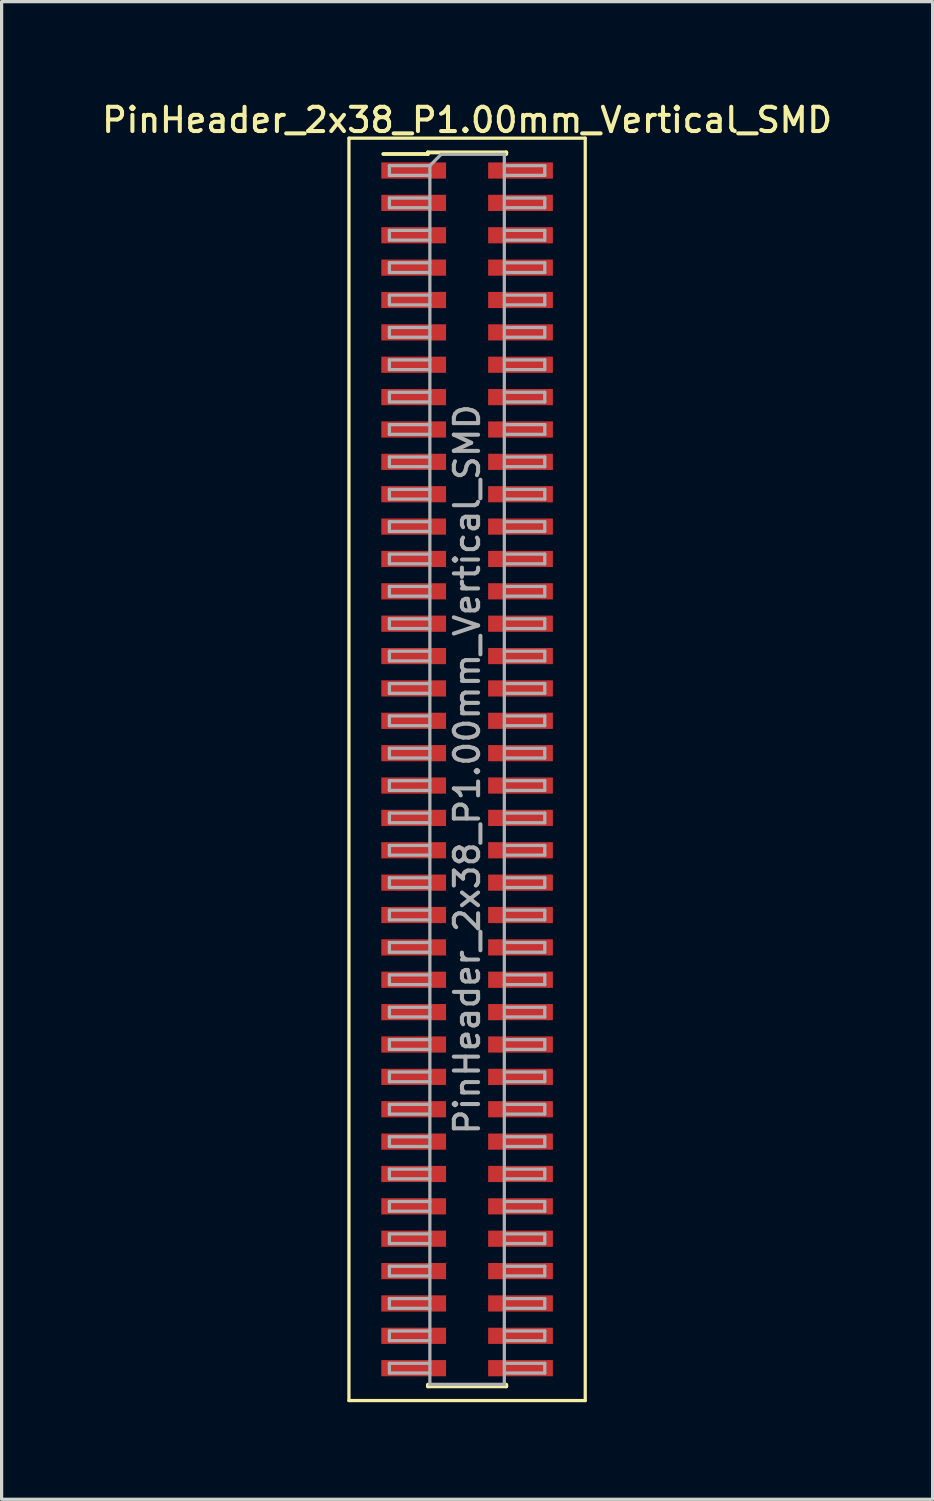
<source format=kicad_pcb>
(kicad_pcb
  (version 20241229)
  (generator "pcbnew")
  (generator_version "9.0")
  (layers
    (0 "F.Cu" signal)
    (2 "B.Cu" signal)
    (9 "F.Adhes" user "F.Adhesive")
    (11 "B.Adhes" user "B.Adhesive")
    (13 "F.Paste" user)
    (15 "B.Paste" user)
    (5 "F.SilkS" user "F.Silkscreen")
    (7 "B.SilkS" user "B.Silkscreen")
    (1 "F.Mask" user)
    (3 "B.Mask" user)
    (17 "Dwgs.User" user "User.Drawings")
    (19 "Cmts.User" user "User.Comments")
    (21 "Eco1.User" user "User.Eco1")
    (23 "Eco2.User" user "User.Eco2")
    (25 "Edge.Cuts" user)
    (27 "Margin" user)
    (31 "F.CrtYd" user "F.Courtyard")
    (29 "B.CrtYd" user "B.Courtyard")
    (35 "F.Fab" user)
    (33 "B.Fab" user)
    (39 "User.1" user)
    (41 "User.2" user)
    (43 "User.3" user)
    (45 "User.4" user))
  (footprint "PinHeader_2x38_P1.00mm_Vertical_SMD"
    (layer "F.Cu")
    (at 11.38 20.718)
    (property "Reference" "PinHeader_2x38_P1.00mm_Vertical_SMD" (at 0 -20.06 0) (layer "F.SilkS") (effects (font (size 0.75 0.75) (thickness 0.125))))
    (attr smd)
    (fp_line (start -3.65 -19.5) (end -3.65 19.5) (stroke (width 0.1) (type solid)) (layer "F.SilkS"))
    (fp_line (start -3.65 19.5) (end 3.65 19.5) (stroke (width 0.1) (type solid)) (layer "F.SilkS"))
    (fp_line (start -2.59 -19.01) (end -1.21 -19.01) (stroke (width 0.12) (type solid)) (layer "F.SilkS"))
    (fp_line (start -1.21 -19.06) (end -1.21 -19.01) (stroke (width 0.12) (type solid)) (layer "F.SilkS"))
    (fp_line (start -1.21 -19.06) (end 1.21 -19.06) (stroke (width 0.12) (type solid)) (layer "F.SilkS"))
    (fp_line (start -1.21 19.01) (end -1.21 19.06) (stroke (width 0.12) (type solid)) (layer "F.SilkS"))
    (fp_line (start -1.21 19.06) (end 1.21 19.06) (stroke (width 0.12) (type solid)) (layer "F.SilkS"))
    (fp_line (start 1.21 -19.06) (end 1.21 -19.01) (stroke (width 0.12) (type solid)) (layer "F.SilkS"))
    (fp_line (start 1.21 19.01) (end 1.21 19.06) (stroke (width 0.12) (type solid)) (layer "F.SilkS"))
    (fp_line (start 3.65 -19.5) (end -3.65 -19.5) (stroke (width 0.1) (type solid)) (layer "F.SilkS"))
    (fp_line (start 3.65 19.5) (end 3.65 -19.5) (stroke (width 0.1) (type solid)) (layer "F.SilkS"))
    (fp_line (start -2.4 -18.65) (end -2.4 -18.35) (stroke (width 0.1) (type solid)) (layer "F.Fab"))
    (fp_line (start -2.4 -18.35) (end -1.15 -18.35) (stroke (width 0.1) (type solid)) (layer "F.Fab"))
    (fp_line (start -2.4 -17.65) (end -2.4 -17.35) (stroke (width 0.1) (type solid)) (layer "F.Fab"))
    (fp_line (start -2.4 -17.35) (end -1.15 -17.35) (stroke (width 0.1) (type solid)) (layer "F.Fab"))
    (fp_line (start -2.4 -16.65) (end -2.4 -16.35) (stroke (width 0.1) (type solid)) (layer "F.Fab"))
    (fp_line (start -2.4 -16.35) (end -1.15 -16.35) (stroke (width 0.1) (type solid)) (layer "F.Fab"))
    (fp_line (start -2.4 -15.65) (end -2.4 -15.35) (stroke (width 0.1) (type solid)) (layer "F.Fab"))
    (fp_line (start -2.4 -15.35) (end -1.15 -15.35) (stroke (width 0.1) (type solid)) (layer "F.Fab"))
    (fp_line (start -2.4 -14.65) (end -2.4 -14.35) (stroke (width 0.1) (type solid)) (layer "F.Fab"))
    (fp_line (start -2.4 -14.35) (end -1.15 -14.35) (stroke (width 0.1) (type solid)) (layer "F.Fab"))
    (fp_line (start -2.4 -13.65) (end -2.4 -13.35) (stroke (width 0.1) (type solid)) (layer "F.Fab"))
    (fp_line (start -2.4 -13.35) (end -1.15 -13.35) (stroke (width 0.1) (type solid)) (layer "F.Fab"))
    (fp_line (start -2.4 -12.65) (end -2.4 -12.35) (stroke (width 0.1) (type solid)) (layer "F.Fab"))
    (fp_line (start -2.4 -12.35) (end -1.15 -12.35) (stroke (width 0.1) (type solid)) (layer "F.Fab"))
    (fp_line (start -2.4 -11.65) (end -2.4 -11.35) (stroke (width 0.1) (type solid)) (layer "F.Fab"))
    (fp_line (start -2.4 -11.35) (end -1.15 -11.35) (stroke (width 0.1) (type solid)) (layer "F.Fab"))
    (fp_line (start -2.4 -10.65) (end -2.4 -10.35) (stroke (width 0.1) (type solid)) (layer "F.Fab"))
    (fp_line (start -2.4 -10.35) (end -1.15 -10.35) (stroke (width 0.1) (type solid)) (layer "F.Fab"))
    (fp_line (start -2.4 -9.65) (end -2.4 -9.35) (stroke (width 0.1) (type solid)) (layer "F.Fab"))
    (fp_line (start -2.4 -9.35) (end -1.15 -9.35) (stroke (width 0.1) (type solid)) (layer "F.Fab"))
    (fp_line (start -2.4 -8.65) (end -2.4 -8.35) (stroke (width 0.1) (type solid)) (layer "F.Fab"))
    (fp_line (start -2.4 -8.35) (end -1.15 -8.35) (stroke (width 0.1) (type solid)) (layer "F.Fab"))
    (fp_line (start -2.4 -7.65) (end -2.4 -7.35) (stroke (width 0.1) (type solid)) (layer "F.Fab"))
    (fp_line (start -2.4 -7.35) (end -1.15 -7.35) (stroke (width 0.1) (type solid)) (layer "F.Fab"))
    (fp_line (start -2.4 -6.65) (end -2.4 -6.35) (stroke (width 0.1) (type solid)) (layer "F.Fab"))
    (fp_line (start -2.4 -6.35) (end -1.15 -6.35) (stroke (width 0.1) (type solid)) (layer "F.Fab"))
    (fp_line (start -2.4 -5.65) (end -2.4 -5.35) (stroke (width 0.1) (type solid)) (layer "F.Fab"))
    (fp_line (start -2.4 -5.35) (end -1.15 -5.35) (stroke (width 0.1) (type solid)) (layer "F.Fab"))
    (fp_line (start -2.4 -4.65) (end -2.4 -4.35) (stroke (width 0.1) (type solid)) (layer "F.Fab"))
    (fp_line (start -2.4 -4.35) (end -1.15 -4.35) (stroke (width 0.1) (type solid)) (layer "F.Fab"))
    (fp_line (start -2.4 -3.65) (end -2.4 -3.35) (stroke (width 0.1) (type solid)) (layer "F.Fab"))
    (fp_line (start -2.4 -3.35) (end -1.15 -3.35) (stroke (width 0.1) (type solid)) (layer "F.Fab"))
    (fp_line (start -2.4 -2.65) (end -2.4 -2.35) (stroke (width 0.1) (type solid)) (layer "F.Fab"))
    (fp_line (start -2.4 -2.35) (end -1.15 -2.35) (stroke (width 0.1) (type solid)) (layer "F.Fab"))
    (fp_line (start -2.4 -1.65) (end -2.4 -1.35) (stroke (width 0.1) (type solid)) (layer "F.Fab"))
    (fp_line (start -2.4 -1.35) (end -1.15 -1.35) (stroke (width 0.1) (type solid)) (layer "F.Fab"))
    (fp_line (start -2.4 -0.65) (end -2.4 -0.35) (stroke (width 0.1) (type solid)) (layer "F.Fab"))
    (fp_line (start -2.4 -0.35) (end -1.15 -0.35) (stroke (width 0.1) (type solid)) (layer "F.Fab"))
    (fp_line (start -2.4 0.35) (end -2.4 0.65) (stroke (width 0.1) (type solid)) (layer "F.Fab"))
    (fp_line (start -2.4 0.65) (end -1.15 0.65) (stroke (width 0.1) (type solid)) (layer "F.Fab"))
    (fp_line (start -2.4 1.35) (end -2.4 1.65) (stroke (width 0.1) (type solid)) (layer "F.Fab"))
    (fp_line (start -2.4 1.65) (end -1.15 1.65) (stroke (width 0.1) (type solid)) (layer "F.Fab"))
    (fp_line (start -2.4 2.35) (end -2.4 2.65) (stroke (width 0.1) (type solid)) (layer "F.Fab"))
    (fp_line (start -2.4 2.65) (end -1.15 2.65) (stroke (width 0.1) (type solid)) (layer "F.Fab"))
    (fp_line (start -2.4 3.35) (end -2.4 3.65) (stroke (width 0.1) (type solid)) (layer "F.Fab"))
    (fp_line (start -2.4 3.65) (end -1.15 3.65) (stroke (width 0.1) (type solid)) (layer "F.Fab"))
    (fp_line (start -2.4 4.35) (end -2.4 4.65) (stroke (width 0.1) (type solid)) (layer "F.Fab"))
    (fp_line (start -2.4 4.65) (end -1.15 4.65) (stroke (width 0.1) (type solid)) (layer "F.Fab"))
    (fp_line (start -2.4 5.35) (end -2.4 5.65) (stroke (width 0.1) (type solid)) (layer "F.Fab"))
    (fp_line (start -2.4 5.65) (end -1.15 5.65) (stroke (width 0.1) (type solid)) (layer "F.Fab"))
    (fp_line (start -2.4 6.35) (end -2.4 6.65) (stroke (width 0.1) (type solid)) (layer "F.Fab"))
    (fp_line (start -2.4 6.65) (end -1.15 6.65) (stroke (width 0.1) (type solid)) (layer "F.Fab"))
    (fp_line (start -2.4 7.35) (end -2.4 7.65) (stroke (width 0.1) (type solid)) (layer "F.Fab"))
    (fp_line (start -2.4 7.65) (end -1.15 7.65) (stroke (width 0.1) (type solid)) (layer "F.Fab"))
    (fp_line (start -2.4 8.35) (end -2.4 8.65) (stroke (width 0.1) (type solid)) (layer "F.Fab"))
    (fp_line (start -2.4 8.65) (end -1.15 8.65) (stroke (width 0.1) (type solid)) (layer "F.Fab"))
    (fp_line (start -2.4 9.35) (end -2.4 9.65) (stroke (width 0.1) (type solid)) (layer "F.Fab"))
    (fp_line (start -2.4 9.65) (end -1.15 9.65) (stroke (width 0.1) (type solid)) (layer "F.Fab"))
    (fp_line (start -2.4 10.35) (end -2.4 10.65) (stroke (width 0.1) (type solid)) (layer "F.Fab"))
    (fp_line (start -2.4 10.65) (end -1.15 10.65) (stroke (width 0.1) (type solid)) (layer "F.Fab"))
    (fp_line (start -2.4 11.35) (end -2.4 11.65) (stroke (width 0.1) (type solid)) (layer "F.Fab"))
    (fp_line (start -2.4 11.65) (end -1.15 11.65) (stroke (width 0.1) (type solid)) (layer "F.Fab"))
    (fp_line (start -2.4 12.35) (end -2.4 12.65) (stroke (width 0.1) (type solid)) (layer "F.Fab"))
    (fp_line (start -2.4 12.65) (end -1.15 12.65) (stroke (width 0.1) (type solid)) (layer "F.Fab"))
    (fp_line (start -2.4 13.35) (end -2.4 13.65) (stroke (width 0.1) (type solid)) (layer "F.Fab"))
    (fp_line (start -2.4 13.65) (end -1.15 13.65) (stroke (width 0.1) (type solid)) (layer "F.Fab"))
    (fp_line (start -2.4 14.35) (end -2.4 14.65) (stroke (width 0.1) (type solid)) (layer "F.Fab"))
    (fp_line (start -2.4 14.65) (end -1.15 14.65) (stroke (width 0.1) (type solid)) (layer "F.Fab"))
    (fp_line (start -2.4 15.35) (end -2.4 15.65) (stroke (width 0.1) (type solid)) (layer "F.Fab"))
    (fp_line (start -2.4 15.65) (end -1.15 15.65) (stroke (width 0.1) (type solid)) (layer "F.Fab"))
    (fp_line (start -2.4 16.35) (end -2.4 16.65) (stroke (width 0.1) (type solid)) (layer "F.Fab"))
    (fp_line (start -2.4 16.65) (end -1.15 16.65) (stroke (width 0.1) (type solid)) (layer "F.Fab"))
    (fp_line (start -2.4 17.35) (end -2.4 17.65) (stroke (width 0.1) (type solid)) (layer "F.Fab"))
    (fp_line (start -2.4 17.65) (end -1.15 17.65) (stroke (width 0.1) (type solid)) (layer "F.Fab"))
    (fp_line (start -2.4 18.35) (end -2.4 18.65) (stroke (width 0.1) (type solid)) (layer "F.Fab"))
    (fp_line (start -2.4 18.65) (end -1.15 18.65) (stroke (width 0.1) (type solid)) (layer "F.Fab"))
    (fp_line (start -1.15 -18.65) (end -2.4 -18.65) (stroke (width 0.1) (type solid)) (layer "F.Fab"))
    (fp_line (start -1.15 -18.65) (end -0.8 -19) (stroke (width 0.1) (type solid)) (layer "F.Fab"))
    (fp_line (start -1.15 -17.65) (end -2.4 -17.65) (stroke (width 0.1) (type solid)) (layer "F.Fab"))
    (fp_line (start -1.15 -16.65) (end -2.4 -16.65) (stroke (width 0.1) (type solid)) (layer "F.Fab"))
    (fp_line (start -1.15 -15.65) (end -2.4 -15.65) (stroke (width 0.1) (type solid)) (layer "F.Fab"))
    (fp_line (start -1.15 -14.65) (end -2.4 -14.65) (stroke (width 0.1) (type solid)) (layer "F.Fab"))
    (fp_line (start -1.15 -13.65) (end -2.4 -13.65) (stroke (width 0.1) (type solid)) (layer "F.Fab"))
    (fp_line (start -1.15 -12.65) (end -2.4 -12.65) (stroke (width 0.1) (type solid)) (layer "F.Fab"))
    (fp_line (start -1.15 -11.65) (end -2.4 -11.65) (stroke (width 0.1) (type solid)) (layer "F.Fab"))
    (fp_line (start -1.15 -10.65) (end -2.4 -10.65) (stroke (width 0.1) (type solid)) (layer "F.Fab"))
    (fp_line (start -1.15 -9.65) (end -2.4 -9.65) (stroke (width 0.1) (type solid)) (layer "F.Fab"))
    (fp_line (start -1.15 -8.65) (end -2.4 -8.65) (stroke (width 0.1) (type solid)) (layer "F.Fab"))
    (fp_line (start -1.15 -7.65) (end -2.4 -7.65) (stroke (width 0.1) (type solid)) (layer "F.Fab"))
    (fp_line (start -1.15 -6.65) (end -2.4 -6.65) (stroke (width 0.1) (type solid)) (layer "F.Fab"))
    (fp_line (start -1.15 -5.65) (end -2.4 -5.65) (stroke (width 0.1) (type solid)) (layer "F.Fab"))
    (fp_line (start -1.15 -4.65) (end -2.4 -4.65) (stroke (width 0.1) (type solid)) (layer "F.Fab"))
    (fp_line (start -1.15 -3.65) (end -2.4 -3.65) (stroke (width 0.1) (type solid)) (layer "F.Fab"))
    (fp_line (start -1.15 -2.65) (end -2.4 -2.65) (stroke (width 0.1) (type solid)) (layer "F.Fab"))
    (fp_line (start -1.15 -1.65) (end -2.4 -1.65) (stroke (width 0.1) (type solid)) (layer "F.Fab"))
    (fp_line (start -1.15 -0.65) (end -2.4 -0.65) (stroke (width 0.1) (type solid)) (layer "F.Fab"))
    (fp_line (start -1.15 0.35) (end -2.4 0.35) (stroke (width 0.1) (type solid)) (layer "F.Fab"))
    (fp_line (start -1.15 1.35) (end -2.4 1.35) (stroke (width 0.1) (type solid)) (layer "F.Fab"))
    (fp_line (start -1.15 2.35) (end -2.4 2.35) (stroke (width 0.1) (type solid)) (layer "F.Fab"))
    (fp_line (start -1.15 3.35) (end -2.4 3.35) (stroke (width 0.1) (type solid)) (layer "F.Fab"))
    (fp_line (start -1.15 4.35) (end -2.4 4.35) (stroke (width 0.1) (type solid)) (layer "F.Fab"))
    (fp_line (start -1.15 5.35) (end -2.4 5.35) (stroke (width 0.1) (type solid)) (layer "F.Fab"))
    (fp_line (start -1.15 6.35) (end -2.4 6.35) (stroke (width 0.1) (type solid)) (layer "F.Fab"))
    (fp_line (start -1.15 7.35) (end -2.4 7.35) (stroke (width 0.1) (type solid)) (layer "F.Fab"))
    (fp_line (start -1.15 8.35) (end -2.4 8.35) (stroke (width 0.1) (type solid)) (layer "F.Fab"))
    (fp_line (start -1.15 9.35) (end -2.4 9.35) (stroke (width 0.1) (type solid)) (layer "F.Fab"))
    (fp_line (start -1.15 10.35) (end -2.4 10.35) (stroke (width 0.1) (type solid)) (layer "F.Fab"))
    (fp_line (start -1.15 11.35) (end -2.4 11.35) (stroke (width 0.1) (type solid)) (layer "F.Fab"))
    (fp_line (start -1.15 12.35) (end -2.4 12.35) (stroke (width 0.1) (type solid)) (layer "F.Fab"))
    (fp_line (start -1.15 13.35) (end -2.4 13.35) (stroke (width 0.1) (type solid)) (layer "F.Fab"))
    (fp_line (start -1.15 14.35) (end -2.4 14.35) (stroke (width 0.1) (type solid)) (layer "F.Fab"))
    (fp_line (start -1.15 15.35) (end -2.4 15.35) (stroke (width 0.1) (type solid)) (layer "F.Fab"))
    (fp_line (start -1.15 16.35) (end -2.4 16.35) (stroke (width 0.1) (type solid)) (layer "F.Fab"))
    (fp_line (start -1.15 17.35) (end -2.4 17.35) (stroke (width 0.1) (type solid)) (layer "F.Fab"))
    (fp_line (start -1.15 18.35) (end -2.4 18.35) (stroke (width 0.1) (type solid)) (layer "F.Fab"))
    (fp_line (start -1.15 19) (end -1.15 -18.65) (stroke (width 0.1) (type solid)) (layer "F.Fab"))
    (fp_line (start -0.8 -19) (end 1.15 -19) (stroke (width 0.1) (type solid)) (layer "F.Fab"))
    (fp_line (start 1.15 -19) (end 1.15 19) (stroke (width 0.1) (type solid)) (layer "F.Fab"))
    (fp_line (start 1.15 -18.65) (end 2.4 -18.65) (stroke (width 0.1) (type solid)) (layer "F.Fab"))
    (fp_line (start 1.15 -17.65) (end 2.4 -17.65) (stroke (width 0.1) (type solid)) (layer "F.Fab"))
    (fp_line (start 1.15 -16.65) (end 2.4 -16.65) (stroke (width 0.1) (type solid)) (layer "F.Fab"))
    (fp_line (start 1.15 -15.65) (end 2.4 -15.65) (stroke (width 0.1) (type solid)) (layer "F.Fab"))
    (fp_line (start 1.15 -14.65) (end 2.4 -14.65) (stroke (width 0.1) (type solid)) (layer "F.Fab"))
    (fp_line (start 1.15 -13.65) (end 2.4 -13.65) (stroke (width 0.1) (type solid)) (layer "F.Fab"))
    (fp_line (start 1.15 -12.65) (end 2.4 -12.65) (stroke (width 0.1) (type solid)) (layer "F.Fab"))
    (fp_line (start 1.15 -11.65) (end 2.4 -11.65) (stroke (width 0.1) (type solid)) (layer "F.Fab"))
    (fp_line (start 1.15 -10.65) (end 2.4 -10.65) (stroke (width 0.1) (type solid)) (layer "F.Fab"))
    (fp_line (start 1.15 -9.65) (end 2.4 -9.65) (stroke (width 0.1) (type solid)) (layer "F.Fab"))
    (fp_line (start 1.15 -8.65) (end 2.4 -8.65) (stroke (width 0.1) (type solid)) (layer "F.Fab"))
    (fp_line (start 1.15 -7.65) (end 2.4 -7.65) (stroke (width 0.1) (type solid)) (layer "F.Fab"))
    (fp_line (start 1.15 -6.65) (end 2.4 -6.65) (stroke (width 0.1) (type solid)) (layer "F.Fab"))
    (fp_line (start 1.15 -5.65) (end 2.4 -5.65) (stroke (width 0.1) (type solid)) (layer "F.Fab"))
    (fp_line (start 1.15 -4.65) (end 2.4 -4.65) (stroke (width 0.1) (type solid)) (layer "F.Fab"))
    (fp_line (start 1.15 -3.65) (end 2.4 -3.65) (stroke (width 0.1) (type solid)) (layer "F.Fab"))
    (fp_line (start 1.15 -2.65) (end 2.4 -2.65) (stroke (width 0.1) (type solid)) (layer "F.Fab"))
    (fp_line (start 1.15 -1.65) (end 2.4 -1.65) (stroke (width 0.1) (type solid)) (layer "F.Fab"))
    (fp_line (start 1.15 -0.65) (end 2.4 -0.65) (stroke (width 0.1) (type solid)) (layer "F.Fab"))
    (fp_line (start 1.15 0.35) (end 2.4 0.35) (stroke (width 0.1) (type solid)) (layer "F.Fab"))
    (fp_line (start 1.15 1.35) (end 2.4 1.35) (stroke (width 0.1) (type solid)) (layer "F.Fab"))
    (fp_line (start 1.15 2.35) (end 2.4 2.35) (stroke (width 0.1) (type solid)) (layer "F.Fab"))
    (fp_line (start 1.15 3.35) (end 2.4 3.35) (stroke (width 0.1) (type solid)) (layer "F.Fab"))
    (fp_line (start 1.15 4.35) (end 2.4 4.35) (stroke (width 0.1) (type solid)) (layer "F.Fab"))
    (fp_line (start 1.15 5.35) (end 2.4 5.35) (stroke (width 0.1) (type solid)) (layer "F.Fab"))
    (fp_line (start 1.15 6.35) (end 2.4 6.35) (stroke (width 0.1) (type solid)) (layer "F.Fab"))
    (fp_line (start 1.15 7.35) (end 2.4 7.35) (stroke (width 0.1) (type solid)) (layer "F.Fab"))
    (fp_line (start 1.15 8.35) (end 2.4 8.35) (stroke (width 0.1) (type solid)) (layer "F.Fab"))
    (fp_line (start 1.15 9.35) (end 2.4 9.35) (stroke (width 0.1) (type solid)) (layer "F.Fab"))
    (fp_line (start 1.15 10.35) (end 2.4 10.35) (stroke (width 0.1) (type solid)) (layer "F.Fab"))
    (fp_line (start 1.15 11.35) (end 2.4 11.35) (stroke (width 0.1) (type solid)) (layer "F.Fab"))
    (fp_line (start 1.15 12.35) (end 2.4 12.35) (stroke (width 0.1) (type solid)) (layer "F.Fab"))
    (fp_line (start 1.15 13.35) (end 2.4 13.35) (stroke (width 0.1) (type solid)) (layer "F.Fab"))
    (fp_line (start 1.15 14.35) (end 2.4 14.35) (stroke (width 0.1) (type solid)) (layer "F.Fab"))
    (fp_line (start 1.15 15.35) (end 2.4 15.35) (stroke (width 0.1) (type solid)) (layer "F.Fab"))
    (fp_line (start 1.15 16.35) (end 2.4 16.35) (stroke (width 0.1) (type solid)) (layer "F.Fab"))
    (fp_line (start 1.15 17.35) (end 2.4 17.35) (stroke (width 0.1) (type solid)) (layer "F.Fab"))
    (fp_line (start 1.15 18.35) (end 2.4 18.35) (stroke (width 0.1) (type solid)) (layer "F.Fab"))
    (fp_line (start 1.15 19) (end -1.15 19) (stroke (width 0.1) (type solid)) (layer "F.Fab"))
    (fp_line (start 2.4 -18.65) (end 2.4 -18.35) (stroke (width 0.1) (type solid)) (layer "F.Fab"))
    (fp_line (start 2.4 -18.35) (end 1.15 -18.35) (stroke (width 0.1) (type solid)) (layer "F.Fab"))
    (fp_line (start 2.4 -17.65) (end 2.4 -17.35) (stroke (width 0.1) (type solid)) (layer "F.Fab"))
    (fp_line (start 2.4 -17.35) (end 1.15 -17.35) (stroke (width 0.1) (type solid)) (layer "F.Fab"))
    (fp_line (start 2.4 -16.65) (end 2.4 -16.35) (stroke (width 0.1) (type solid)) (layer "F.Fab"))
    (fp_line (start 2.4 -16.35) (end 1.15 -16.35) (stroke (width 0.1) (type solid)) (layer "F.Fab"))
    (fp_line (start 2.4 -15.65) (end 2.4 -15.35) (stroke (width 0.1) (type solid)) (layer "F.Fab"))
    (fp_line (start 2.4 -15.35) (end 1.15 -15.35) (stroke (width 0.1) (type solid)) (layer "F.Fab"))
    (fp_line (start 2.4 -14.65) (end 2.4 -14.35) (stroke (width 0.1) (type solid)) (layer "F.Fab"))
    (fp_line (start 2.4 -14.35) (end 1.15 -14.35) (stroke (width 0.1) (type solid)) (layer "F.Fab"))
    (fp_line (start 2.4 -13.65) (end 2.4 -13.35) (stroke (width 0.1) (type solid)) (layer "F.Fab"))
    (fp_line (start 2.4 -13.35) (end 1.15 -13.35) (stroke (width 0.1) (type solid)) (layer "F.Fab"))
    (fp_line (start 2.4 -12.65) (end 2.4 -12.35) (stroke (width 0.1) (type solid)) (layer "F.Fab"))
    (fp_line (start 2.4 -12.35) (end 1.15 -12.35) (stroke (width 0.1) (type solid)) (layer "F.Fab"))
    (fp_line (start 2.4 -11.65) (end 2.4 -11.35) (stroke (width 0.1) (type solid)) (layer "F.Fab"))
    (fp_line (start 2.4 -11.35) (end 1.15 -11.35) (stroke (width 0.1) (type solid)) (layer "F.Fab"))
    (fp_line (start 2.4 -10.65) (end 2.4 -10.35) (stroke (width 0.1) (type solid)) (layer "F.Fab"))
    (fp_line (start 2.4 -10.35) (end 1.15 -10.35) (stroke (width 0.1) (type solid)) (layer "F.Fab"))
    (fp_line (start 2.4 -9.65) (end 2.4 -9.35) (stroke (width 0.1) (type solid)) (layer "F.Fab"))
    (fp_line (start 2.4 -9.35) (end 1.15 -9.35) (stroke (width 0.1) (type solid)) (layer "F.Fab"))
    (fp_line (start 2.4 -8.65) (end 2.4 -8.35) (stroke (width 0.1) (type solid)) (layer "F.Fab"))
    (fp_line (start 2.4 -8.35) (end 1.15 -8.35) (stroke (width 0.1) (type solid)) (layer "F.Fab"))
    (fp_line (start 2.4 -7.65) (end 2.4 -7.35) (stroke (width 0.1) (type solid)) (layer "F.Fab"))
    (fp_line (start 2.4 -7.35) (end 1.15 -7.35) (stroke (width 0.1) (type solid)) (layer "F.Fab"))
    (fp_line (start 2.4 -6.65) (end 2.4 -6.35) (stroke (width 0.1) (type solid)) (layer "F.Fab"))
    (fp_line (start 2.4 -6.35) (end 1.15 -6.35) (stroke (width 0.1) (type solid)) (layer "F.Fab"))
    (fp_line (start 2.4 -5.65) (end 2.4 -5.35) (stroke (width 0.1) (type solid)) (layer "F.Fab"))
    (fp_line (start 2.4 -5.35) (end 1.15 -5.35) (stroke (width 0.1) (type solid)) (layer "F.Fab"))
    (fp_line (start 2.4 -4.65) (end 2.4 -4.35) (stroke (width 0.1) (type solid)) (layer "F.Fab"))
    (fp_line (start 2.4 -4.35) (end 1.15 -4.35) (stroke (width 0.1) (type solid)) (layer "F.Fab"))
    (fp_line (start 2.4 -3.65) (end 2.4 -3.35) (stroke (width 0.1) (type solid)) (layer "F.Fab"))
    (fp_line (start 2.4 -3.35) (end 1.15 -3.35) (stroke (width 0.1) (type solid)) (layer "F.Fab"))
    (fp_line (start 2.4 -2.65) (end 2.4 -2.35) (stroke (width 0.1) (type solid)) (layer "F.Fab"))
    (fp_line (start 2.4 -2.35) (end 1.15 -2.35) (stroke (width 0.1) (type solid)) (layer "F.Fab"))
    (fp_line (start 2.4 -1.65) (end 2.4 -1.35) (stroke (width 0.1) (type solid)) (layer "F.Fab"))
    (fp_line (start 2.4 -1.35) (end 1.15 -1.35) (stroke (width 0.1) (type solid)) (layer "F.Fab"))
    (fp_line (start 2.4 -0.65) (end 2.4 -0.35) (stroke (width 0.1) (type solid)) (layer "F.Fab"))
    (fp_line (start 2.4 -0.35) (end 1.15 -0.35) (stroke (width 0.1) (type solid)) (layer "F.Fab"))
    (fp_line (start 2.4 0.35) (end 2.4 0.65) (stroke (width 0.1) (type solid)) (layer "F.Fab"))
    (fp_line (start 2.4 0.65) (end 1.15 0.65) (stroke (width 0.1) (type solid)) (layer "F.Fab"))
    (fp_line (start 2.4 1.35) (end 2.4 1.65) (stroke (width 0.1) (type solid)) (layer "F.Fab"))
    (fp_line (start 2.4 1.65) (end 1.15 1.65) (stroke (width 0.1) (type solid)) (layer "F.Fab"))
    (fp_line (start 2.4 2.35) (end 2.4 2.65) (stroke (width 0.1) (type solid)) (layer "F.Fab"))
    (fp_line (start 2.4 2.65) (end 1.15 2.65) (stroke (width 0.1) (type solid)) (layer "F.Fab"))
    (fp_line (start 2.4 3.35) (end 2.4 3.65) (stroke (width 0.1) (type solid)) (layer "F.Fab"))
    (fp_line (start 2.4 3.65) (end 1.15 3.65) (stroke (width 0.1) (type solid)) (layer "F.Fab"))
    (fp_line (start 2.4 4.35) (end 2.4 4.65) (stroke (width 0.1) (type solid)) (layer "F.Fab"))
    (fp_line (start 2.4 4.65) (end 1.15 4.65) (stroke (width 0.1) (type solid)) (layer "F.Fab"))
    (fp_line (start 2.4 5.35) (end 2.4 5.65) (stroke (width 0.1) (type solid)) (layer "F.Fab"))
    (fp_line (start 2.4 5.65) (end 1.15 5.65) (stroke (width 0.1) (type solid)) (layer "F.Fab"))
    (fp_line (start 2.4 6.35) (end 2.4 6.65) (stroke (width 0.1) (type solid)) (layer "F.Fab"))
    (fp_line (start 2.4 6.65) (end 1.15 6.65) (stroke (width 0.1) (type solid)) (layer "F.Fab"))
    (fp_line (start 2.4 7.35) (end 2.4 7.65) (stroke (width 0.1) (type solid)) (layer "F.Fab"))
    (fp_line (start 2.4 7.65) (end 1.15 7.65) (stroke (width 0.1) (type solid)) (layer "F.Fab"))
    (fp_line (start 2.4 8.35) (end 2.4 8.65) (stroke (width 0.1) (type solid)) (layer "F.Fab"))
    (fp_line (start 2.4 8.65) (end 1.15 8.65) (stroke (width 0.1) (type solid)) (layer "F.Fab"))
    (fp_line (start 2.4 9.35) (end 2.4 9.65) (stroke (width 0.1) (type solid)) (layer "F.Fab"))
    (fp_line (start 2.4 9.65) (end 1.15 9.65) (stroke (width 0.1) (type solid)) (layer "F.Fab"))
    (fp_line (start 2.4 10.35) (end 2.4 10.65) (stroke (width 0.1) (type solid)) (layer "F.Fab"))
    (fp_line (start 2.4 10.65) (end 1.15 10.65) (stroke (width 0.1) (type solid)) (layer "F.Fab"))
    (fp_line (start 2.4 11.35) (end 2.4 11.65) (stroke (width 0.1) (type solid)) (layer "F.Fab"))
    (fp_line (start 2.4 11.65) (end 1.15 11.65) (stroke (width 0.1) (type solid)) (layer "F.Fab"))
    (fp_line (start 2.4 12.35) (end 2.4 12.65) (stroke (width 0.1) (type solid)) (layer "F.Fab"))
    (fp_line (start 2.4 12.65) (end 1.15 12.65) (stroke (width 0.1) (type solid)) (layer "F.Fab"))
    (fp_line (start 2.4 13.35) (end 2.4 13.65) (stroke (width 0.1) (type solid)) (layer "F.Fab"))
    (fp_line (start 2.4 13.65) (end 1.15 13.65) (stroke (width 0.1) (type solid)) (layer "F.Fab"))
    (fp_line (start 2.4 14.35) (end 2.4 14.65) (stroke (width 0.1) (type solid)) (layer "F.Fab"))
    (fp_line (start 2.4 14.65) (end 1.15 14.65) (stroke (width 0.1) (type solid)) (layer "F.Fab"))
    (fp_line (start 2.4 15.35) (end 2.4 15.65) (stroke (width 0.1) (type solid)) (layer "F.Fab"))
    (fp_line (start 2.4 15.65) (end 1.15 15.65) (stroke (width 0.1) (type solid)) (layer "F.Fab"))
    (fp_line (start 2.4 16.35) (end 2.4 16.65) (stroke (width 0.1) (type solid)) (layer "F.Fab"))
    (fp_line (start 2.4 16.65) (end 1.15 16.65) (stroke (width 0.1) (type solid)) (layer "F.Fab"))
    (fp_line (start 2.4 17.35) (end 2.4 17.65) (stroke (width 0.1) (type solid)) (layer "F.Fab"))
    (fp_line (start 2.4 17.65) (end 1.15 17.65) (stroke (width 0.1) (type solid)) (layer "F.Fab"))
    (fp_line (start 2.4 18.35) (end 2.4 18.65) (stroke (width 0.1) (type solid)) (layer "F.Fab"))
    (fp_line (start 2.4 18.65) (end 1.15 18.65) (stroke (width 0.1) (type solid)) (layer "F.Fab"))
    (fp_text user "${REFERENCE}" (at 0 0 90) (layer "F.Fab") (effects (font (size 0.75 0.75) (thickness 0.125))))
    (pad "1" smd rect (at -1.65 -18.5) (size 2 0.5) (layers "F.Cu" "F.Mask" "F.Paste"))
    (pad "2" smd rect (at 1.65 -18.5) (size 2 0.5) (layers "F.Cu" "F.Mask" "F.Paste"))
    (pad "3" smd rect (at -1.65 -17.5) (size 2 0.5) (layers "F.Cu" "F.Mask" "F.Paste"))
    (pad "4" smd rect (at 1.65 -17.5) (size 2 0.5) (layers "F.Cu" "F.Mask" "F.Paste"))
    (pad "5" smd rect (at -1.65 -16.5) (size 2 0.5) (layers "F.Cu" "F.Mask" "F.Paste"))
    (pad "6" smd rect (at 1.65 -16.5) (size 2 0.5) (layers "F.Cu" "F.Mask" "F.Paste"))
    (pad "7" smd rect (at -1.65 -15.5) (size 2 0.5) (layers "F.Cu" "F.Mask" "F.Paste"))
    (pad "8" smd rect (at 1.65 -15.5) (size 2 0.5) (layers "F.Cu" "F.Mask" "F.Paste"))
    (pad "9" smd rect (at -1.65 -14.5) (size 2 0.5) (layers "F.Cu" "F.Mask" "F.Paste"))
    (pad "10" smd rect (at 1.65 -14.5) (size 2 0.5) (layers "F.Cu" "F.Mask" "F.Paste"))
    (pad "11" smd rect (at -1.65 -13.5) (size 2 0.5) (layers "F.Cu" "F.Mask" "F.Paste"))
    (pad "12" smd rect (at 1.65 -13.5) (size 2 0.5) (layers "F.Cu" "F.Mask" "F.Paste"))
    (pad "13" smd rect (at -1.65 -12.5) (size 2 0.5) (layers "F.Cu" "F.Mask" "F.Paste"))
    (pad "14" smd rect (at 1.65 -12.5) (size 2 0.5) (layers "F.Cu" "F.Mask" "F.Paste"))
    (pad "15" smd rect (at -1.65 -11.5) (size 2 0.5) (layers "F.Cu" "F.Mask" "F.Paste"))
    (pad "16" smd rect (at 1.65 -11.5) (size 2 0.5) (layers "F.Cu" "F.Mask" "F.Paste"))
    (pad "17" smd rect (at -1.65 -10.5) (size 2 0.5) (layers "F.Cu" "F.Mask" "F.Paste"))
    (pad "18" smd rect (at 1.65 -10.5) (size 2 0.5) (layers "F.Cu" "F.Mask" "F.Paste"))
    (pad "19" smd rect (at -1.65 -9.5) (size 2 0.5) (layers "F.Cu" "F.Mask" "F.Paste"))
    (pad "20" smd rect (at 1.65 -9.5) (size 2 0.5) (layers "F.Cu" "F.Mask" "F.Paste"))
    (pad "21" smd rect (at -1.65 -8.5) (size 2 0.5) (layers "F.Cu" "F.Mask" "F.Paste"))
    (pad "22" smd rect (at 1.65 -8.5) (size 2 0.5) (layers "F.Cu" "F.Mask" "F.Paste"))
    (pad "23" smd rect (at -1.65 -7.5) (size 2 0.5) (layers "F.Cu" "F.Mask" "F.Paste"))
    (pad "24" smd rect (at 1.65 -7.5) (size 2 0.5) (layers "F.Cu" "F.Mask" "F.Paste"))
    (pad "25" smd rect (at -1.65 -6.5) (size 2 0.5) (layers "F.Cu" "F.Mask" "F.Paste"))
    (pad "26" smd rect (at 1.65 -6.5) (size 2 0.5) (layers "F.Cu" "F.Mask" "F.Paste"))
    (pad "27" smd rect (at -1.65 -5.5) (size 2 0.5) (layers "F.Cu" "F.Mask" "F.Paste"))
    (pad "28" smd rect (at 1.65 -5.5) (size 2 0.5) (layers "F.Cu" "F.Mask" "F.Paste"))
    (pad "29" smd rect (at -1.65 -4.5) (size 2 0.5) (layers "F.Cu" "F.Mask" "F.Paste"))
    (pad "30" smd rect (at 1.65 -4.5) (size 2 0.5) (layers "F.Cu" "F.Mask" "F.Paste"))
    (pad "31" smd rect (at -1.65 -3.5) (size 2 0.5) (layers "F.Cu" "F.Mask" "F.Paste"))
    (pad "32" smd rect (at 1.65 -3.5) (size 2 0.5) (layers "F.Cu" "F.Mask" "F.Paste"))
    (pad "33" smd rect (at -1.65 -2.5) (size 2 0.5) (layers "F.Cu" "F.Mask" "F.Paste"))
    (pad "34" smd rect (at 1.65 -2.5) (size 2 0.5) (layers "F.Cu" "F.Mask" "F.Paste"))
    (pad "35" smd rect (at -1.65 -1.5) (size 2 0.5) (layers "F.Cu" "F.Mask" "F.Paste"))
    (pad "36" smd rect (at 1.65 -1.5) (size 2 0.5) (layers "F.Cu" "F.Mask" "F.Paste"))
    (pad "37" smd rect (at -1.65 -0.5) (size 2 0.5) (layers "F.Cu" "F.Mask" "F.Paste"))
    (pad "38" smd rect (at 1.65 -0.5) (size 2 0.5) (layers "F.Cu" "F.Mask" "F.Paste"))
    (pad "39" smd rect (at -1.65 0.5) (size 2 0.5) (layers "F.Cu" "F.Mask" "F.Paste"))
    (pad "40" smd rect (at 1.65 0.5) (size 2 0.5) (layers "F.Cu" "F.Mask" "F.Paste"))
    (pad "41" smd rect (at -1.65 1.5) (size 2 0.5) (layers "F.Cu" "F.Mask" "F.Paste"))
    (pad "42" smd rect (at 1.65 1.5) (size 2 0.5) (layers "F.Cu" "F.Mask" "F.Paste"))
    (pad "43" smd rect (at -1.65 2.5) (size 2 0.5) (layers "F.Cu" "F.Mask" "F.Paste"))
    (pad "44" smd rect (at 1.65 2.5) (size 2 0.5) (layers "F.Cu" "F.Mask" "F.Paste"))
    (pad "45" smd rect (at -1.65 3.5) (size 2 0.5) (layers "F.Cu" "F.Mask" "F.Paste"))
    (pad "46" smd rect (at 1.65 3.5) (size 2 0.5) (layers "F.Cu" "F.Mask" "F.Paste"))
    (pad "47" smd rect (at -1.65 4.5) (size 2 0.5) (layers "F.Cu" "F.Mask" "F.Paste"))
    (pad "48" smd rect (at 1.65 4.5) (size 2 0.5) (layers "F.Cu" "F.Mask" "F.Paste"))
    (pad "49" smd rect (at -1.65 5.5) (size 2 0.5) (layers "F.Cu" "F.Mask" "F.Paste"))
    (pad "50" smd rect (at 1.65 5.5) (size 2 0.5) (layers "F.Cu" "F.Mask" "F.Paste"))
    (pad "51" smd rect (at -1.65 6.5) (size 2 0.5) (layers "F.Cu" "F.Mask" "F.Paste"))
    (pad "52" smd rect (at 1.65 6.5) (size 2 0.5) (layers "F.Cu" "F.Mask" "F.Paste"))
    (pad "53" smd rect (at -1.65 7.5) (size 2 0.5) (layers "F.Cu" "F.Mask" "F.Paste"))
    (pad "54" smd rect (at 1.65 7.5) (size 2 0.5) (layers "F.Cu" "F.Mask" "F.Paste"))
    (pad "55" smd rect (at -1.65 8.5) (size 2 0.5) (layers "F.Cu" "F.Mask" "F.Paste"))
    (pad "56" smd rect (at 1.65 8.5) (size 2 0.5) (layers "F.Cu" "F.Mask" "F.Paste"))
    (pad "57" smd rect (at -1.65 9.5) (size 2 0.5) (layers "F.Cu" "F.Mask" "F.Paste"))
    (pad "58" smd rect (at 1.65 9.5) (size 2 0.5) (layers "F.Cu" "F.Mask" "F.Paste"))
    (pad "59" smd rect (at -1.65 10.5) (size 2 0.5) (layers "F.Cu" "F.Mask" "F.Paste"))
    (pad "60" smd rect (at 1.65 10.5) (size 2 0.5) (layers "F.Cu" "F.Mask" "F.Paste"))
    (pad "61" smd rect (at -1.65 11.5) (size 2 0.5) (layers "F.Cu" "F.Mask" "F.Paste"))
    (pad "62" smd rect (at 1.65 11.5) (size 2 0.5) (layers "F.Cu" "F.Mask" "F.Paste"))
    (pad "63" smd rect (at -1.65 12.5) (size 2 0.5) (layers "F.Cu" "F.Mask" "F.Paste"))
    (pad "64" smd rect (at 1.65 12.5) (size 2 0.5) (layers "F.Cu" "F.Mask" "F.Paste"))
    (pad "65" smd rect (at -1.65 13.5) (size 2 0.5) (layers "F.Cu" "F.Mask" "F.Paste"))
    (pad "66" smd rect (at 1.65 13.5) (size 2 0.5) (layers "F.Cu" "F.Mask" "F.Paste"))
    (pad "67" smd rect (at -1.65 14.5) (size 2 0.5) (layers "F.Cu" "F.Mask" "F.Paste"))
    (pad "68" smd rect (at 1.65 14.5) (size 2 0.5) (layers "F.Cu" "F.Mask" "F.Paste"))
    (pad "69" smd rect (at -1.65 15.5) (size 2 0.5) (layers "F.Cu" "F.Mask" "F.Paste"))
    (pad "70" smd rect (at 1.65 15.5) (size 2 0.5) (layers "F.Cu" "F.Mask" "F.Paste"))
    (pad "71" smd rect (at -1.65 16.5) (size 2 0.5) (layers "F.Cu" "F.Mask" "F.Paste"))
    (pad "72" smd rect (at 1.65 16.5) (size 2 0.5) (layers "F.Cu" "F.Mask" "F.Paste"))
    (pad "73" smd rect (at -1.65 17.5) (size 2 0.5) (layers "F.Cu" "F.Mask" "F.Paste"))
    (pad "74" smd rect (at 1.65 17.5) (size 2 0.5) (layers "F.Cu" "F.Mask" "F.Paste"))
    (pad "75" smd rect (at -1.65 18.5) (size 2 0.5) (layers "F.Cu" "F.Mask" "F.Paste"))
    (pad "76" smd rect (at 1.65 18.5) (size 2 0.5) (layers "F.Cu" "F.Mask" "F.Paste")))
  (gr_rect
    (start -3 -3)
    (end 25.761 43.268)
    (stroke (width 0.1) (type default))
    (fill no)
    (layer "Edge.Cuts")))
</source>
